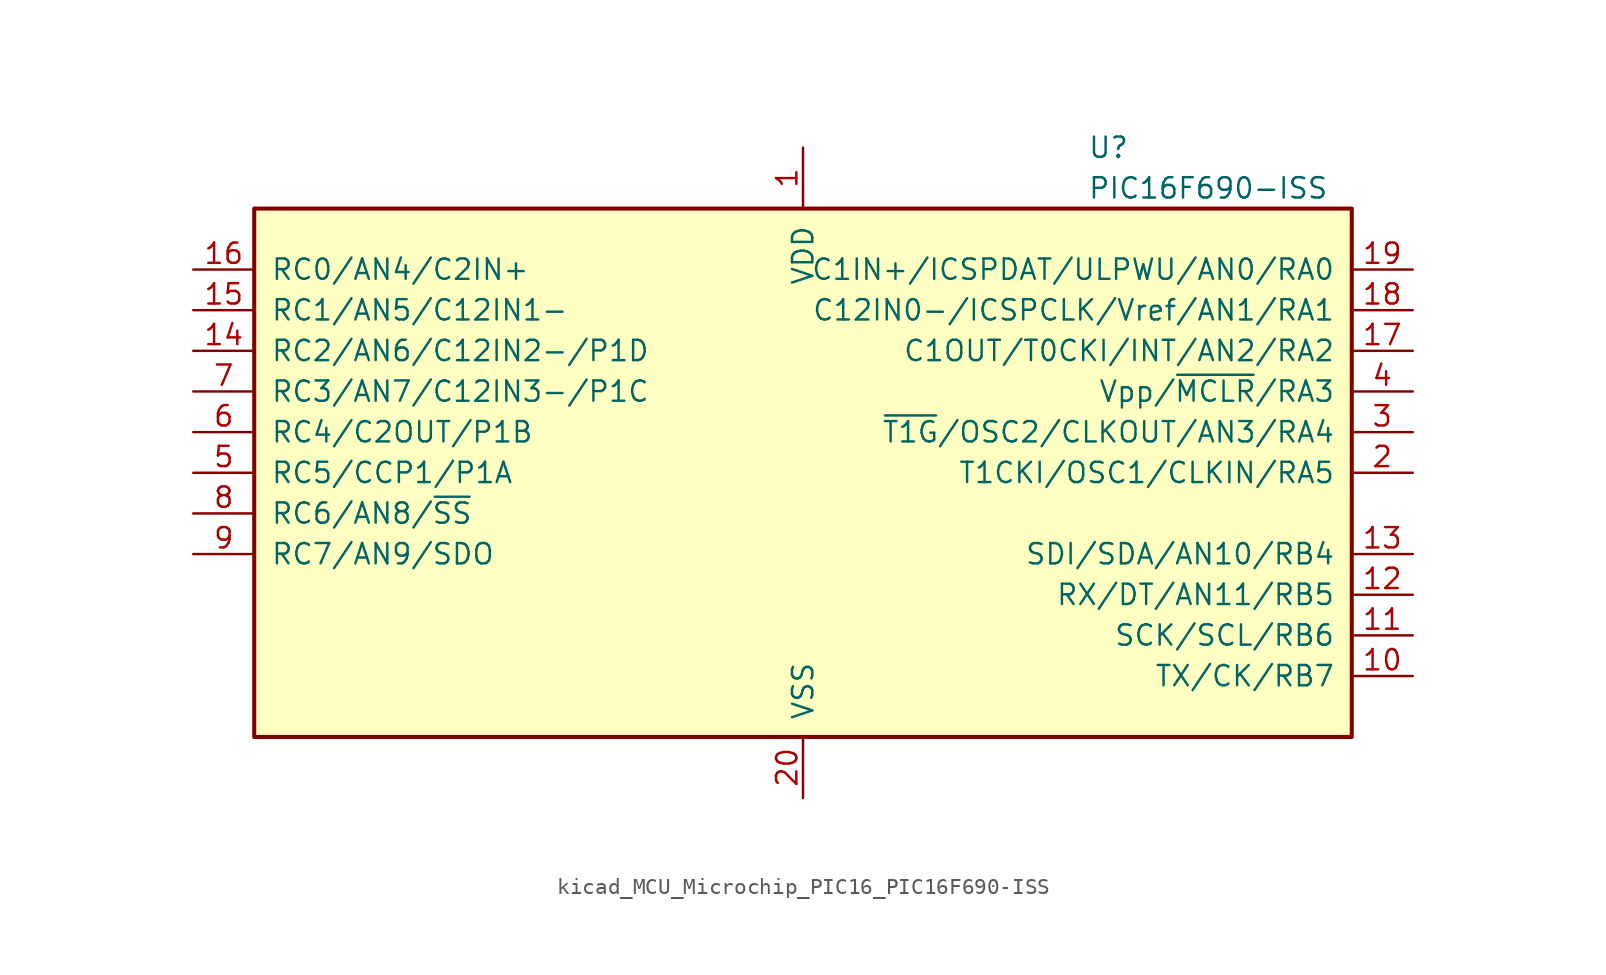
<source format=kicad_sym>
(kicad_symbol_lib
  (version 20220914)
  (generator kicad_symbol_editor)
  (symbol "kicad_MCU_Microchip_PIC16_PIC16F690-ISS"
    (pin_names
      (offset 1.016))
    (property "Reference" "U"
      (at 17.78 20.32 0)
      (effects (font (size 1.27 1.27)) (justify left)))
    (property "Value" "PIC16F690-ISS"
      (at 17.78 17.78 0)
      (effects (font (size 1.27 1.27)) (justify left)))
    (symbol "kicad_MCU_Microchip_PIC16_PIC16F690-ISS_0_1"
      (rectangle (start -34.29 16.51) (end 34.29 -16.51) (stroke (width 0.254) (type default)) (fill (type background))))
    (symbol "kicad_MCU_Microchip_PIC16_PIC16F690-ISS_1_1"
      (pin power_in line (at 0 20.32 270) (length 3.81) (name "VDD" (effects (font (size 1.27 1.27)))) (number "1" (effects (font (size 1.27 1.27)))))
      (pin bidirectional line (at 38.1 -12.7 180) (length 3.81) (name "TX/CK/RB7" (effects (font (size 1.27 1.27)))) (number "10" (effects (font (size 1.27 1.27)))))
      (pin bidirectional line (at 38.1 -10.16 180) (length 3.81) (name "SCK/SCL/RB6" (effects (font (size 1.27 1.27)))) (number "11" (effects (font (size 1.27 1.27)))))
      (pin bidirectional line (at 38.1 -7.62 180) (length 3.81) (name "RX/DT/AN11/RB5" (effects (font (size 1.27 1.27)))) (number "12" (effects (font (size 1.27 1.27)))))
      (pin bidirectional line (at 38.1 -5.08 180) (length 3.81) (name "SDI/SDA/AN10/RB4" (effects (font (size 1.27 1.27)))) (number "13" (effects (font (size 1.27 1.27)))))
      (pin bidirectional line (at -38.1 7.62 0) (length 3.81) (name "RC2/AN6/C12IN2-/P1D" (effects (font (size 1.27 1.27)))) (number "14" (effects (font (size 1.27 1.27)))))
      (pin bidirectional line (at -38.1 10.16 0) (length 3.81) (name "RC1/AN5/C12IN1-" (effects (font (size 1.27 1.27)))) (number "15" (effects (font (size 1.27 1.27)))))
      (pin bidirectional line (at -38.1 12.7 0) (length 3.81) (name "RC0/AN4/C2IN+" (effects (font (size 1.27 1.27)))) (number "16" (effects (font (size 1.27 1.27)))))
      (pin bidirectional line (at 38.1 7.62 180) (length 3.81) (name "C1OUT/T0CKI/INT/AN2/RA2" (effects (font (size 1.27 1.27)))) (number "17" (effects (font (size 1.27 1.27)))))
      (pin bidirectional line (at 38.1 10.16 180) (length 3.81) (name "C12IN0-/ICSPCLK/Vref/AN1/RA1" (effects (font (size 1.27 1.27)))) (number "18" (effects (font (size 1.27 1.27)))))
      (pin bidirectional line (at 38.1 12.7 180) (length 3.81) (name "C1IN+/ICSPDAT/ULPWU/AN0/RA0" (effects (font (size 1.27 1.27)))) (number "19" (effects (font (size 1.27 1.27)))))
      (pin bidirectional line (at 38.1 0 180) (length 3.81) (name "T1CKI/OSC1/CLKIN/RA5" (effects (font (size 1.27 1.27)))) (number "2" (effects (font (size 1.27 1.27)))))
      (pin power_in line (at 0 -20.32 90) (length 3.81) (name "VSS" (effects (font (size 1.27 1.27)))) (number "20" (effects (font (size 1.27 1.27)))))
      (pin bidirectional line (at 38.1 2.54 180) (length 3.81) (name "~{T1G}/OSC2/CLKOUT/AN3/RA4" (effects (font (size 1.27 1.27)))) (number "3" (effects (font (size 1.27 1.27)))))
      (pin input line (at 38.1 5.08 180) (length 3.81) (name "Vpp/~{MCLR}/RA3" (effects (font (size 1.27 1.27)))) (number "4" (effects (font (size 1.27 1.27)))))
      (pin bidirectional line (at -38.1 0 0) (length 3.81) (name "RC5/CCP1/P1A" (effects (font (size 1.27 1.27)))) (number "5" (effects (font (size 1.27 1.27)))))
      (pin bidirectional line (at -38.1 2.54 0) (length 3.81) (name "RC4/C2OUT/P1B" (effects (font (size 1.27 1.27)))) (number "6" (effects (font (size 1.27 1.27)))))
      (pin bidirectional line (at -38.1 5.08 0) (length 3.81) (name "RC3/AN7/C12IN3-/P1C" (effects (font (size 1.27 1.27)))) (number "7" (effects (font (size 1.27 1.27)))))
      (pin bidirectional line (at -38.1 -2.54 0) (length 3.81) (name "RC6/AN8/~{SS}" (effects (font (size 1.27 1.27)))) (number "8" (effects (font (size 1.27 1.27)))))
      (pin bidirectional line (at -38.1 -5.08 0) (length 3.81) (name "RC7/AN9/SDO" (effects (font (size 1.27 1.27)))) (number "9" (effects (font (size 1.27 1.27))))))))
</source>
